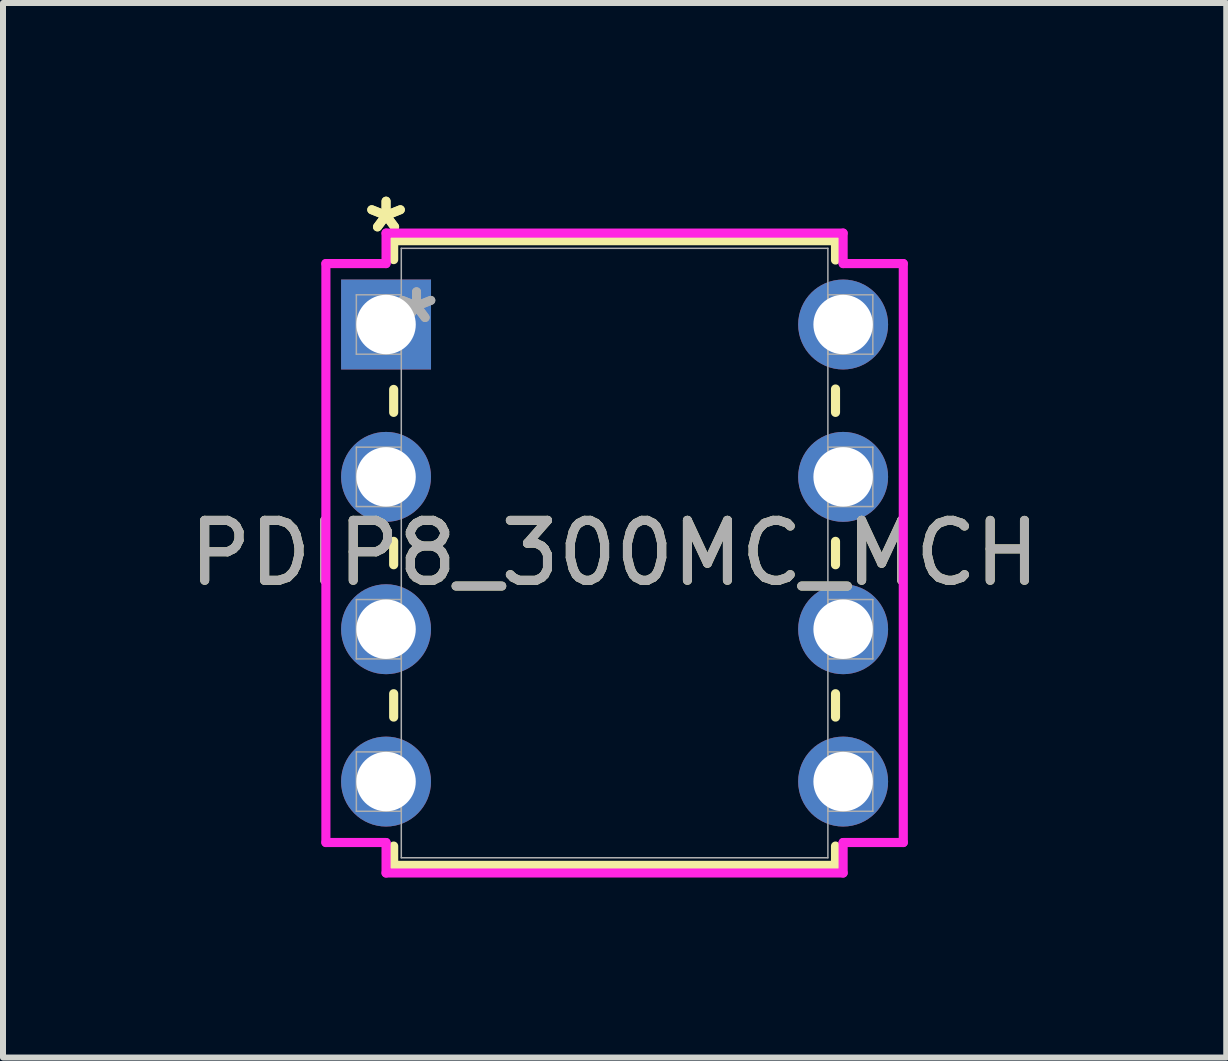
<source format=kicad_pcb>
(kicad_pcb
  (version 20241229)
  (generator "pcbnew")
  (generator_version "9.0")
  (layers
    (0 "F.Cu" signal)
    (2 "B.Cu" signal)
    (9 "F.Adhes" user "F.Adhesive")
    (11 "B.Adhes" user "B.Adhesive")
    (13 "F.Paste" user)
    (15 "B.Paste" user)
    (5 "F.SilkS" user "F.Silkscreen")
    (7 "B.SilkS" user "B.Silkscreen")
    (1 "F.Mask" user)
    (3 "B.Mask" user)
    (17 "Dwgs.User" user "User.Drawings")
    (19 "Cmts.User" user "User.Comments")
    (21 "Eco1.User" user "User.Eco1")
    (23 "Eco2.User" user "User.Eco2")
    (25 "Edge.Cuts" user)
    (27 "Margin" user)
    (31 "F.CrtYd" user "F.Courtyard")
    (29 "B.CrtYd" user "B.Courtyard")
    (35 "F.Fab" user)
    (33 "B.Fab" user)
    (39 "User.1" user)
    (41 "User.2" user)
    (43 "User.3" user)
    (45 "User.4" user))
  (footprint "PDIP8_300MC_MCH"
    (layer "F.Cu")
    (at 3.386 2.36)
    (property "Reference" "PDIP8_300MC_MCH" (at 3.81 3.81 0) (unlocked yes) (layer "F.SilkS") (effects (font (size 1 1) (thickness 0.15))))
    (attr through_hole)
    (fp_line (start 0.127 -1.397) (end 0.127 -1.082) (stroke (width 0.152) (type solid)) (layer "F.SilkS"))
    (fp_line (start 0.127 1.082) (end 0.127 1.465) (stroke (width 0.152) (type solid)) (layer "F.SilkS"))
    (fp_line (start 0.127 3.615) (end 0.127 4.005) (stroke (width 0.152) (type solid)) (layer "F.SilkS"))
    (fp_line (start 0.127 6.155) (end 0.127 6.545) (stroke (width 0.152) (type solid)) (layer "F.SilkS"))
    (fp_line (start 0.127 8.695) (end 0.127 9.017) (stroke (width 0.152) (type solid)) (layer "F.SilkS"))
    (fp_line (start 0.127 9.017) (end 7.493 9.017) (stroke (width 0.152) (type solid)) (layer "F.SilkS"))
    (fp_line (start 7.493 -1.397) (end 0.127 -1.397) (stroke (width 0.152) (type solid)) (layer "F.SilkS"))
    (fp_line (start 7.493 -1.075) (end 7.493 -1.397) (stroke (width 0.152) (type solid)) (layer "F.SilkS"))
    (fp_line (start 7.493 1.465) (end 7.493 1.075) (stroke (width 0.152) (type solid)) (layer "F.SilkS"))
    (fp_line (start 7.493 4.005) (end 7.493 3.615) (stroke (width 0.152) (type solid)) (layer "F.SilkS"))
    (fp_line (start 7.493 6.545) (end 7.493 6.155) (stroke (width 0.152) (type solid)) (layer "F.SilkS"))
    (fp_line (start 7.493 9.017) (end 7.493 8.695) (stroke (width 0.152) (type solid)) (layer "F.SilkS"))
    (fp_line (start -1.003 -1.016) (end 0 -1.016) (stroke (width 0.152) (type solid)) (layer "F.CrtYd"))
    (fp_line (start -1.003 8.636) (end -1.003 -1.016) (stroke (width 0.152) (type solid)) (layer "F.CrtYd"))
    (fp_line (start 0 -1.524) (end 7.62 -1.524) (stroke (width 0.152) (type solid)) (layer "F.CrtYd"))
    (fp_line (start 0 -1.016) (end 0 -1.524) (stroke (width 0.152) (type solid)) (layer "F.CrtYd"))
    (fp_line (start 0 8.636) (end -1.003 8.636) (stroke (width 0.152) (type solid)) (layer "F.CrtYd"))
    (fp_line (start 0 9.144) (end 0 8.636) (stroke (width 0.152) (type solid)) (layer "F.CrtYd"))
    (fp_line (start 7.62 -1.524) (end 7.62 -1.016) (stroke (width 0.152) (type solid)) (layer "F.CrtYd"))
    (fp_line (start 7.62 8.636) (end 7.62 9.144) (stroke (width 0.152) (type solid)) (layer "F.CrtYd"))
    (fp_line (start 7.62 9.144) (end 0 9.144) (stroke (width 0.152) (type solid)) (layer "F.CrtYd"))
    (fp_line (start 8.623 -1.016) (end 7.62 -1.016) (stroke (width 0.152) (type solid)) (layer "F.CrtYd"))
    (fp_line (start 8.623 -1.016) (end 8.623 8.636) (stroke (width 0.152) (type solid)) (layer "F.CrtYd"))
    (fp_line (start 8.623 8.636) (end 7.62 8.636) (stroke (width 0.152) (type solid)) (layer "F.CrtYd"))
    (fp_line (start -0.495 -0.495) (end -0.495 0.495) (stroke (width 0.025) (type solid)) (layer "F.Fab"))
    (fp_line (start -0.495 0.495) (end 0.254 0.495) (stroke (width 0.025) (type solid)) (layer "F.Fab"))
    (fp_line (start -0.495 2.045) (end -0.495 3.035) (stroke (width 0.025) (type solid)) (layer "F.Fab"))
    (fp_line (start -0.495 3.035) (end 0.254 3.035) (stroke (width 0.025) (type solid)) (layer "F.Fab"))
    (fp_line (start -0.495 4.585) (end -0.495 5.575) (stroke (width 0.025) (type solid)) (layer "F.Fab"))
    (fp_line (start -0.495 5.575) (end 0.254 5.575) (stroke (width 0.025) (type solid)) (layer "F.Fab"))
    (fp_line (start -0.495 7.125) (end -0.495 8.115) (stroke (width 0.025) (type solid)) (layer "F.Fab"))
    (fp_line (start -0.495 8.115) (end 0.254 8.115) (stroke (width 0.025) (type solid)) (layer "F.Fab"))
    (fp_line (start 0.254 -1.27) (end 0.254 8.89) (stroke (width 0.025) (type solid)) (layer "F.Fab"))
    (fp_line (start 0.254 -0.495) (end -0.495 -0.495) (stroke (width 0.025) (type solid)) (layer "F.Fab"))
    (fp_line (start 0.254 0.495) (end 0.254 -0.495) (stroke (width 0.025) (type solid)) (layer "F.Fab"))
    (fp_line (start 0.254 2.045) (end -0.495 2.045) (stroke (width 0.025) (type solid)) (layer "F.Fab"))
    (fp_line (start 0.254 3.035) (end 0.254 2.045) (stroke (width 0.025) (type solid)) (layer "F.Fab"))
    (fp_line (start 0.254 4.585) (end -0.495 4.585) (stroke (width 0.025) (type solid)) (layer "F.Fab"))
    (fp_line (start 0.254 5.575) (end 0.254 4.585) (stroke (width 0.025) (type solid)) (layer "F.Fab"))
    (fp_line (start 0.254 7.125) (end -0.495 7.125) (stroke (width 0.025) (type solid)) (layer "F.Fab"))
    (fp_line (start 0.254 8.115) (end 0.254 7.125) (stroke (width 0.025) (type solid)) (layer "F.Fab"))
    (fp_line (start 0.254 8.89) (end 7.366 8.89) (stroke (width 0.025) (type solid)) (layer "F.Fab"))
    (fp_line (start 7.366 -1.27) (end 0.254 -1.27) (stroke (width 0.025) (type solid)) (layer "F.Fab"))
    (fp_line (start 7.366 -0.495) (end 7.366 0.495) (stroke (width 0.025) (type solid)) (layer "F.Fab"))
    (fp_line (start 7.366 0.495) (end 8.115 0.495) (stroke (width 0.025) (type solid)) (layer "F.Fab"))
    (fp_line (start 7.366 2.045) (end 7.366 3.035) (stroke (width 0.025) (type solid)) (layer "F.Fab"))
    (fp_line (start 7.366 3.035) (end 8.115 3.035) (stroke (width 0.025) (type solid)) (layer "F.Fab"))
    (fp_line (start 7.366 4.585) (end 7.366 5.575) (stroke (width 0.025) (type solid)) (layer "F.Fab"))
    (fp_line (start 7.366 5.575) (end 8.115 5.575) (stroke (width 0.025) (type solid)) (layer "F.Fab"))
    (fp_line (start 7.366 7.125) (end 7.366 8.115) (stroke (width 0.025) (type solid)) (layer "F.Fab"))
    (fp_line (start 7.366 8.115) (end 8.115 8.115) (stroke (width 0.025) (type solid)) (layer "F.Fab"))
    (fp_line (start 7.366 8.89) (end 7.366 -1.27) (stroke (width 0.025) (type solid)) (layer "F.Fab"))
    (fp_line (start 8.115 -0.495) (end 7.366 -0.495) (stroke (width 0.025) (type solid)) (layer "F.Fab"))
    (fp_line (start 8.115 0.495) (end 8.115 -0.495) (stroke (width 0.025) (type solid)) (layer "F.Fab"))
    (fp_line (start 8.115 2.045) (end 7.366 2.045) (stroke (width 0.025) (type solid)) (layer "F.Fab"))
    (fp_line (start 8.115 3.035) (end 8.115 2.045) (stroke (width 0.025) (type solid)) (layer "F.Fab"))
    (fp_line (start 8.115 4.585) (end 7.366 4.585) (stroke (width 0.025) (type solid)) (layer "F.Fab"))
    (fp_line (start 8.115 5.575) (end 8.115 4.585) (stroke (width 0.025) (type solid)) (layer "F.Fab"))
    (fp_line (start 8.115 7.125) (end 7.366 7.125) (stroke (width 0.025) (type solid)) (layer "F.Fab"))
    (fp_line (start 8.115 8.115) (end 8.115 7.125) (stroke (width 0.025) (type solid)) (layer "F.Fab"))
    (fp_text user "*" (at 0 -1.511 0) (layer "F.SilkS") (effects (font (size 1 1) (thickness 0.15))))
    (fp_text user "*" (at 0 -1.511 0) (unlocked yes) (layer "F.SilkS") (effects (font (size 1 1) (thickness 0.15))))
    (fp_text user "*" (at 0.508 0 0) (layer "F.Fab") (effects (font (size 1 1) (thickness 0.15))))
    (fp_text user "*" (at 0.508 0 0) (unlocked yes) (layer "F.Fab") (effects (font (size 1 1) (thickness 0.15))))
    (fp_text user "${REFERENCE}" (at 3.81 3.81 0) (unlocked yes) (layer "F.Fab") (effects (font (size 1 1) (thickness 0.15))))
    (pad "1" thru_hole rect (at 0 0) (size 1.499 1.499) (drill 0.991) (layers "*.Cu" "*.Mask"))
    (pad "2" thru_hole circle (at 0 2.54) (size 1.499 1.499) (drill 0.991) (layers "*.Cu" "*.Mask"))
    (pad "3" thru_hole circle (at 0 5.08) (size 1.499 1.499) (drill 0.991) (layers "*.Cu" "*.Mask"))
    (pad "4" thru_hole circle (at 0 7.62) (size 1.499 1.499) (drill 0.991) (layers "*.Cu" "*.Mask"))
    (pad "5" thru_hole circle (at 7.62 7.62) (size 1.499 1.499) (drill 0.991) (layers "*.Cu" "*.Mask"))
    (pad "6" thru_hole circle (at 7.62 5.08) (size 1.499 1.499) (drill 0.991) (layers "*.Cu" "*.Mask"))
    (pad "7" thru_hole circle (at 7.62 2.54) (size 1.499 1.499) (drill 0.991) (layers "*.Cu" "*.Mask"))
    (pad "8" thru_hole circle (at 7.62 0) (size 1.499 1.499) (drill 0.991) (layers "*.Cu" "*.Mask")))
  (gr_rect
    (start -3 -3)
    (end 17.393 14.58)
    (stroke (width 0.1) (type default))
    (fill no)
    (layer "Edge.Cuts")))
</source>
